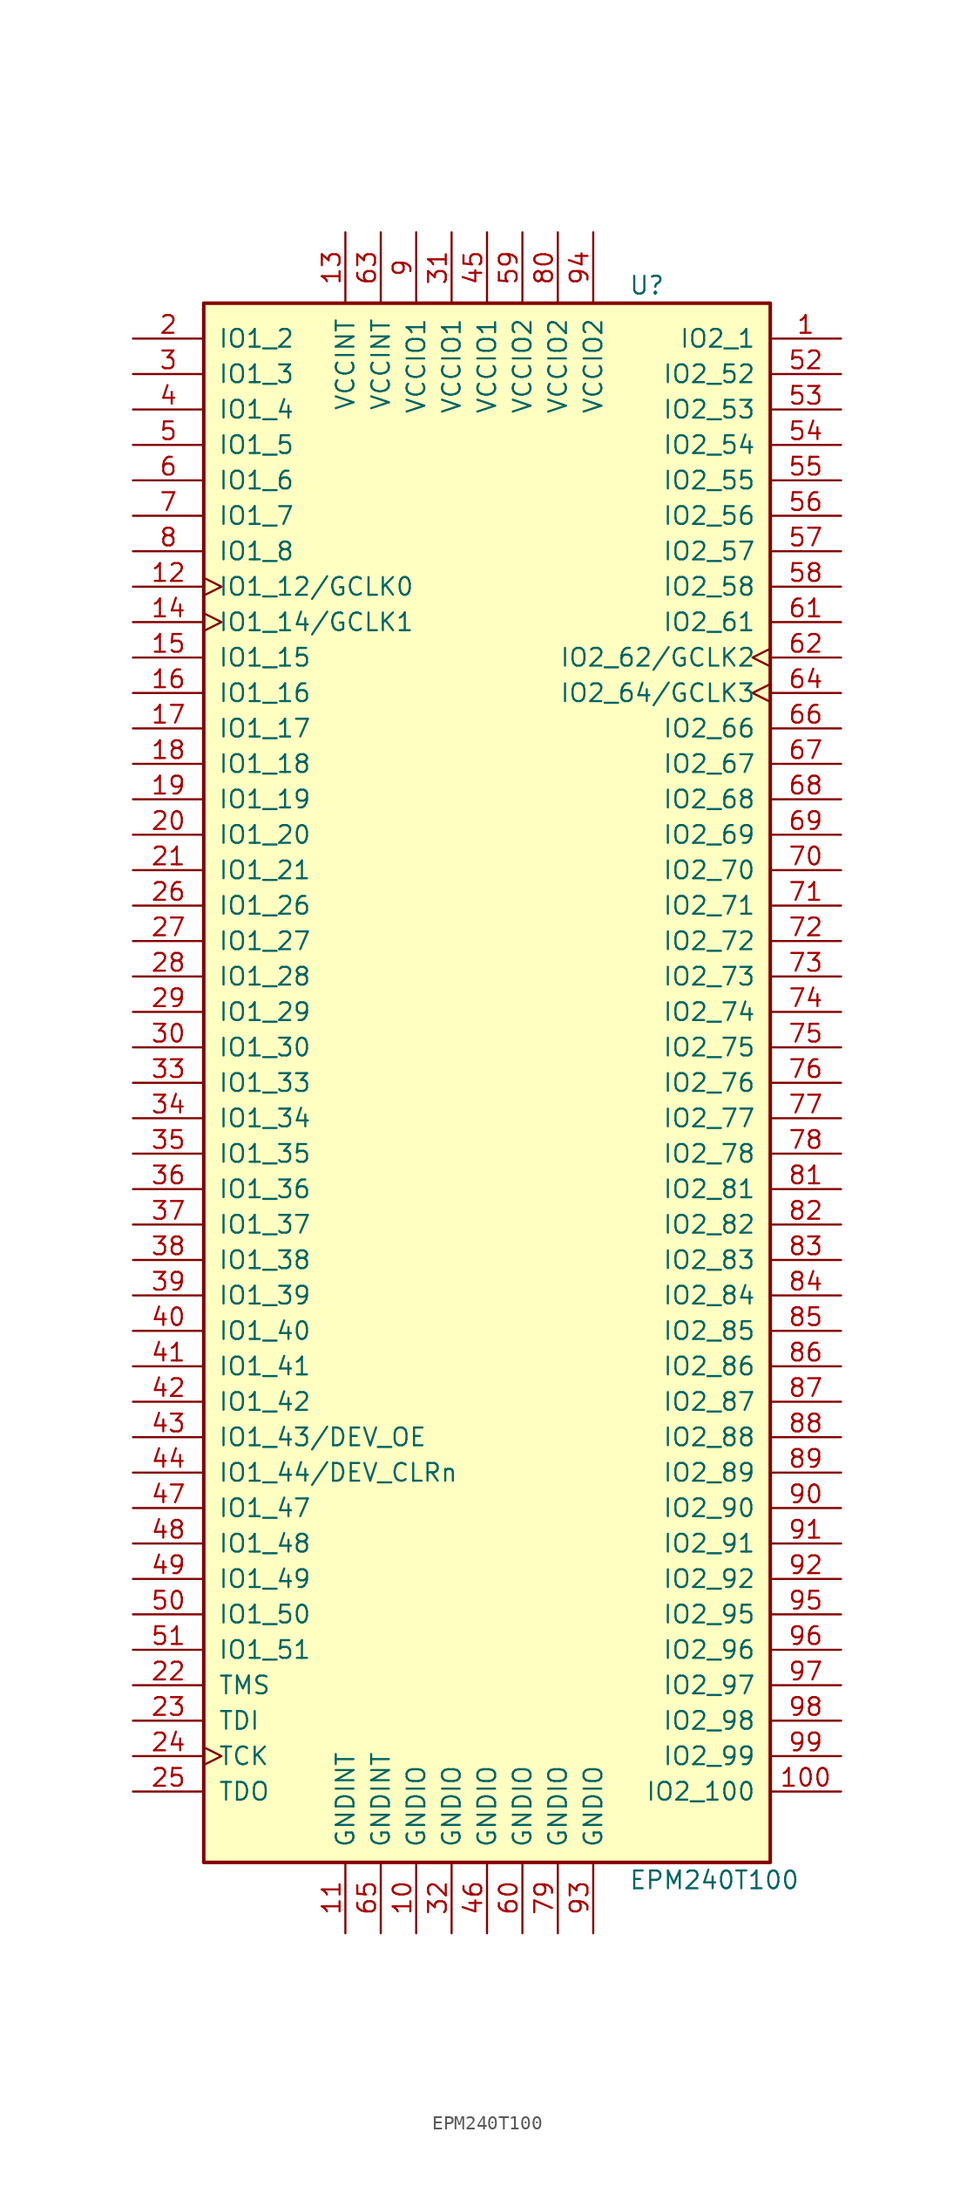
<source format=kicad_sym>
(kicad_symbol_lib
  (version 20201005)
  (generator kicad_symbol_editor)
  (symbol "CPLD_Altera:EPM240T100"
    (pin_names
      (offset 1.016))
    (property "Reference" "U"
      (at 10.16 57.15 0)
      (effects (font (size 1.27 1.27)) (justify left)))
    (property "Value" "EPM240T100"
      (at 10.16 -57.15 0)
      (effects (font (size 1.27 1.27)) (justify left)))
    (property "ki_locked" ""
      (at 0 0 0)
      (effects (font (size 1.27 1.27))))
    (symbol "EPM240T100_1_1"
      (rectangle (start -20.32 55.88) (end 20.32 -55.88) (stroke (width 0.254)) (fill (type background)))
      (pin bidirectional line (at 25.4 53.34 180) (length 5.08) (name "IO2_1" (effects (font (size 1.27 1.27)))) (number "1" (effects (font (size 1.27 1.27)))))
      (pin bidirectional line (at -25.4 53.34 0) (length 5.08) (name "IO1_2" (effects (font (size 1.27 1.27)))) (number "2" (effects (font (size 1.27 1.27)))))
      (pin bidirectional line (at -25.4 50.8 0) (length 5.08) (name "IO1_3" (effects (font (size 1.27 1.27)))) (number "3" (effects (font (size 1.27 1.27)))))
      (pin bidirectional line (at -25.4 48.26 0) (length 5.08) (name "IO1_4" (effects (font (size 1.27 1.27)))) (number "4" (effects (font (size 1.27 1.27)))))
      (pin bidirectional line (at -25.4 45.72 0) (length 5.08) (name "IO1_5" (effects (font (size 1.27 1.27)))) (number "5" (effects (font (size 1.27 1.27)))))
      (pin bidirectional line (at -25.4 43.18 0) (length 5.08) (name "IO1_6" (effects (font (size 1.27 1.27)))) (number "6" (effects (font (size 1.27 1.27)))))
      (pin bidirectional line (at -25.4 40.64 0) (length 5.08) (name "IO1_7" (effects (font (size 1.27 1.27)))) (number "7" (effects (font (size 1.27 1.27)))))
      (pin bidirectional line (at -25.4 38.1 0) (length 5.08) (name "IO1_8" (effects (font (size 1.27 1.27)))) (number "8" (effects (font (size 1.27 1.27)))))
      (pin bidirectional clock (at -25.4 35.56 0) (length 5.08) (name "IO1_12/GCLK0" (effects (font (size 1.27 1.27)))) (number "12" (effects (font (size 1.27 1.27)))))
      (pin bidirectional clock (at -25.4 33.02 0) (length 5.08) (name "IO1_14/GCLK1" (effects (font (size 1.27 1.27)))) (number "14" (effects (font (size 1.27 1.27)))))
      (pin bidirectional line (at -25.4 30.48 0) (length 5.08) (name "IO1_15" (effects (font (size 1.27 1.27)))) (number "15" (effects (font (size 1.27 1.27)))))
      (pin bidirectional line (at -25.4 27.94 0) (length 5.08) (name "IO1_16" (effects (font (size 1.27 1.27)))) (number "16" (effects (font (size 1.27 1.27)))))
      (pin bidirectional line (at -25.4 25.4 0) (length 5.08) (name "IO1_17" (effects (font (size 1.27 1.27)))) (number "17" (effects (font (size 1.27 1.27)))))
      (pin bidirectional line (at -25.4 22.86 0) (length 5.08) (name "IO1_18" (effects (font (size 1.27 1.27)))) (number "18" (effects (font (size 1.27 1.27)))))
      (pin bidirectional line (at -25.4 20.32 0) (length 5.08) (name "IO1_19" (effects (font (size 1.27 1.27)))) (number "19" (effects (font (size 1.27 1.27)))))
      (pin bidirectional line (at -25.4 17.78 0) (length 5.08) (name "IO1_20" (effects (font (size 1.27 1.27)))) (number "20" (effects (font (size 1.27 1.27)))))
      (pin bidirectional line (at -25.4 15.24 0) (length 5.08) (name "IO1_21" (effects (font (size 1.27 1.27)))) (number "21" (effects (font (size 1.27 1.27)))))
      (pin bidirectional line (at -25.4 12.7 0) (length 5.08) (name "IO1_26" (effects (font (size 1.27 1.27)))) (number "26" (effects (font (size 1.27 1.27)))))
      (pin bidirectional line (at -25.4 10.16 0) (length 5.08) (name "IO1_27" (effects (font (size 1.27 1.27)))) (number "27" (effects (font (size 1.27 1.27)))))
      (pin bidirectional line (at -25.4 7.62 0) (length 5.08) (name "IO1_28" (effects (font (size 1.27 1.27)))) (number "28" (effects (font (size 1.27 1.27)))))
      (pin bidirectional line (at -25.4 5.08 0) (length 5.08) (name "IO1_29" (effects (font (size 1.27 1.27)))) (number "29" (effects (font (size 1.27 1.27)))))
      (pin bidirectional line (at -25.4 2.54 0) (length 5.08) (name "IO1_30" (effects (font (size 1.27 1.27)))) (number "30" (effects (font (size 1.27 1.27)))))
      (pin bidirectional line (at -25.4 0 0) (length 5.08) (name "IO1_33" (effects (font (size 1.27 1.27)))) (number "33" (effects (font (size 1.27 1.27)))))
      (pin bidirectional line (at -25.4 -2.54 0) (length 5.08) (name "IO1_34" (effects (font (size 1.27 1.27)))) (number "34" (effects (font (size 1.27 1.27)))))
      (pin bidirectional line (at -25.4 -5.08 0) (length 5.08) (name "IO1_35" (effects (font (size 1.27 1.27)))) (number "35" (effects (font (size 1.27 1.27)))))
      (pin bidirectional line (at -25.4 -7.62 0) (length 5.08) (name "IO1_36" (effects (font (size 1.27 1.27)))) (number "36" (effects (font (size 1.27 1.27)))))
      (pin bidirectional line (at -25.4 -10.16 0) (length 5.08) (name "IO1_37" (effects (font (size 1.27 1.27)))) (number "37" (effects (font (size 1.27 1.27)))))
      (pin bidirectional line (at -25.4 -12.7 0) (length 5.08) (name "IO1_38" (effects (font (size 1.27 1.27)))) (number "38" (effects (font (size 1.27 1.27)))))
      (pin bidirectional line (at -25.4 -15.24 0) (length 5.08) (name "IO1_39" (effects (font (size 1.27 1.27)))) (number "39" (effects (font (size 1.27 1.27)))))
      (pin bidirectional line (at -25.4 -17.78 0) (length 5.08) (name "IO1_40" (effects (font (size 1.27 1.27)))) (number "40" (effects (font (size 1.27 1.27)))))
      (pin bidirectional line (at -25.4 -20.32 0) (length 5.08) (name "IO1_41" (effects (font (size 1.27 1.27)))) (number "41" (effects (font (size 1.27 1.27)))))
      (pin bidirectional line (at -25.4 -22.86 0) (length 5.08) (name "IO1_42" (effects (font (size 1.27 1.27)))) (number "42" (effects (font (size 1.27 1.27)))))
      (pin bidirectional line (at -25.4 -25.4 0) (length 5.08) (name "IO1_43/DEV_OE" (effects (font (size 1.27 1.27)))) (number "43" (effects (font (size 1.27 1.27)))))
      (pin bidirectional line (at -25.4 -27.94 0) (length 5.08) (name "IO1_44/DEV_CLRn" (effects (font (size 1.27 1.27)))) (number "44" (effects (font (size 1.27 1.27)))))
      (pin bidirectional line (at -25.4 -30.48 0) (length 5.08) (name "IO1_47" (effects (font (size 1.27 1.27)))) (number "47" (effects (font (size 1.27 1.27)))))
      (pin bidirectional line (at -25.4 -33.02 0) (length 5.08) (name "IO1_48" (effects (font (size 1.27 1.27)))) (number "48" (effects (font (size 1.27 1.27)))))
      (pin bidirectional line (at -25.4 -35.56 0) (length 5.08) (name "IO1_49" (effects (font (size 1.27 1.27)))) (number "49" (effects (font (size 1.27 1.27)))))
      (pin bidirectional line (at -25.4 -38.1 0) (length 5.08) (name "IO1_50" (effects (font (size 1.27 1.27)))) (number "50" (effects (font (size 1.27 1.27)))))
      (pin bidirectional line (at -25.4 -40.64 0) (length 5.08) (name "IO1_51" (effects (font (size 1.27 1.27)))) (number "51" (effects (font (size 1.27 1.27)))))
      (pin bidirectional line (at 25.4 50.8 180) (length 5.08) (name "IO2_52" (effects (font (size 1.27 1.27)))) (number "52" (effects (font (size 1.27 1.27)))))
      (pin bidirectional line (at 25.4 48.26 180) (length 5.08) (name "IO2_53" (effects (font (size 1.27 1.27)))) (number "53" (effects (font (size 1.27 1.27)))))
      (pin bidirectional line (at 25.4 45.72 180) (length 5.08) (name "IO2_54" (effects (font (size 1.27 1.27)))) (number "54" (effects (font (size 1.27 1.27)))))
      (pin bidirectional line (at 25.4 43.18 180) (length 5.08) (name "IO2_55" (effects (font (size 1.27 1.27)))) (number "55" (effects (font (size 1.27 1.27)))))
      (pin bidirectional line (at 25.4 40.64 180) (length 5.08) (name "IO2_56" (effects (font (size 1.27 1.27)))) (number "56" (effects (font (size 1.27 1.27)))))
      (pin bidirectional line (at 25.4 38.1 180) (length 5.08) (name "IO2_57" (effects (font (size 1.27 1.27)))) (number "57" (effects (font (size 1.27 1.27)))))
      (pin bidirectional line (at 25.4 35.56 180) (length 5.08) (name "IO2_58" (effects (font (size 1.27 1.27)))) (number "58" (effects (font (size 1.27 1.27)))))
      (pin bidirectional line (at 25.4 33.02 180) (length 5.08) (name "IO2_61" (effects (font (size 1.27 1.27)))) (number "61" (effects (font (size 1.27 1.27)))))
      (pin bidirectional clock (at 25.4 30.48 180) (length 5.08) (name "IO2_62/GCLK2" (effects (font (size 1.27 1.27)))) (number "62" (effects (font (size 1.27 1.27)))))
      (pin bidirectional clock (at 25.4 27.94 180) (length 5.08) (name "IO2_64/GCLK3" (effects (font (size 1.27 1.27)))) (number "64" (effects (font (size 1.27 1.27)))))
      (pin bidirectional line (at 25.4 25.4 180) (length 5.08) (name "IO2_66" (effects (font (size 1.27 1.27)))) (number "66" (effects (font (size 1.27 1.27)))))
      (pin bidirectional line (at 25.4 22.86 180) (length 5.08) (name "IO2_67" (effects (font (size 1.27 1.27)))) (number "67" (effects (font (size 1.27 1.27)))))
      (pin bidirectional line (at 25.4 20.32 180) (length 5.08) (name "IO2_68" (effects (font (size 1.27 1.27)))) (number "68" (effects (font (size 1.27 1.27)))))
      (pin bidirectional line (at 25.4 17.78 180) (length 5.08) (name "IO2_69" (effects (font (size 1.27 1.27)))) (number "69" (effects (font (size 1.27 1.27)))))
      (pin bidirectional line (at 25.4 15.24 180) (length 5.08) (name "IO2_70" (effects (font (size 1.27 1.27)))) (number "70" (effects (font (size 1.27 1.27)))))
      (pin bidirectional line (at 25.4 12.7 180) (length 5.08) (name "IO2_71" (effects (font (size 1.27 1.27)))) (number "71" (effects (font (size 1.27 1.27)))))
      (pin bidirectional line (at 25.4 10.16 180) (length 5.08) (name "IO2_72" (effects (font (size 1.27 1.27)))) (number "72" (effects (font (size 1.27 1.27)))))
      (pin bidirectional line (at 25.4 7.62 180) (length 5.08) (name "IO2_73" (effects (font (size 1.27 1.27)))) (number "73" (effects (font (size 1.27 1.27)))))
      (pin bidirectional line (at 25.4 5.08 180) (length 5.08) (name "IO2_74" (effects (font (size 1.27 1.27)))) (number "74" (effects (font (size 1.27 1.27)))))
      (pin bidirectional line (at 25.4 2.54 180) (length 5.08) (name "IO2_75" (effects (font (size 1.27 1.27)))) (number "75" (effects (font (size 1.27 1.27)))))
      (pin bidirectional line (at 25.4 0 180) (length 5.08) (name "IO2_76" (effects (font (size 1.27 1.27)))) (number "76" (effects (font (size 1.27 1.27)))))
      (pin bidirectional line (at 25.4 -2.54 180) (length 5.08) (name "IO2_77" (effects (font (size 1.27 1.27)))) (number "77" (effects (font (size 1.27 1.27)))))
      (pin bidirectional line (at 25.4 -5.08 180) (length 5.08) (name "IO2_78" (effects (font (size 1.27 1.27)))) (number "78" (effects (font (size 1.27 1.27)))))
      (pin bidirectional line (at 25.4 -7.62 180) (length 5.08) (name "IO2_81" (effects (font (size 1.27 1.27)))) (number "81" (effects (font (size 1.27 1.27)))))
      (pin bidirectional line (at 25.4 -10.16 180) (length 5.08) (name "IO2_82" (effects (font (size 1.27 1.27)))) (number "82" (effects (font (size 1.27 1.27)))))
      (pin bidirectional line (at 25.4 -12.7 180) (length 5.08) (name "IO2_83" (effects (font (size 1.27 1.27)))) (number "83" (effects (font (size 1.27 1.27)))))
      (pin bidirectional line (at 25.4 -15.24 180) (length 5.08) (name "IO2_84" (effects (font (size 1.27 1.27)))) (number "84" (effects (font (size 1.27 1.27)))))
      (pin bidirectional line (at 25.4 -17.78 180) (length 5.08) (name "IO2_85" (effects (font (size 1.27 1.27)))) (number "85" (effects (font (size 1.27 1.27)))))
      (pin bidirectional line (at 25.4 -20.32 180) (length 5.08) (name "IO2_86" (effects (font (size 1.27 1.27)))) (number "86" (effects (font (size 1.27 1.27)))))
      (pin bidirectional line (at 25.4 -22.86 180) (length 5.08) (name "IO2_87" (effects (font (size 1.27 1.27)))) (number "87" (effects (font (size 1.27 1.27)))))
      (pin bidirectional line (at 25.4 -25.4 180) (length 5.08) (name "IO2_88" (effects (font (size 1.27 1.27)))) (number "88" (effects (font (size 1.27 1.27)))))
      (pin bidirectional line (at 25.4 -27.94 180) (length 5.08) (name "IO2_89" (effects (font (size 1.27 1.27)))) (number "89" (effects (font (size 1.27 1.27)))))
      (pin bidirectional line (at 25.4 -30.48 180) (length 5.08) (name "IO2_90" (effects (font (size 1.27 1.27)))) (number "90" (effects (font (size 1.27 1.27)))))
      (pin bidirectional line (at 25.4 -33.02 180) (length 5.08) (name "IO2_91" (effects (font (size 1.27 1.27)))) (number "91" (effects (font (size 1.27 1.27)))))
      (pin bidirectional line (at 25.4 -35.56 180) (length 5.08) (name "IO2_92" (effects (font (size 1.27 1.27)))) (number "92" (effects (font (size 1.27 1.27)))))
      (pin bidirectional line (at 25.4 -38.1 180) (length 5.08) (name "IO2_95" (effects (font (size 1.27 1.27)))) (number "95" (effects (font (size 1.27 1.27)))))
      (pin bidirectional line (at 25.4 -40.64 180) (length 5.08) (name "IO2_96" (effects (font (size 1.27 1.27)))) (number "96" (effects (font (size 1.27 1.27)))))
      (pin bidirectional line (at 25.4 -43.18 180) (length 5.08) (name "IO2_97" (effects (font (size 1.27 1.27)))) (number "97" (effects (font (size 1.27 1.27)))))
      (pin bidirectional line (at 25.4 -45.72 180) (length 5.08) (name "IO2_98" (effects (font (size 1.27 1.27)))) (number "98" (effects (font (size 1.27 1.27)))))
      (pin bidirectional line (at 25.4 -48.26 180) (length 5.08) (name "IO2_99" (effects (font (size 1.27 1.27)))) (number "99" (effects (font (size 1.27 1.27)))))
      (pin bidirectional line (at 25.4 -50.8 180) (length 5.08) (name "IO2_100" (effects (font (size 1.27 1.27)))) (number "100" (effects (font (size 1.27 1.27)))))
      (pin input line (at -25.4 -43.18 0) (length 5.08) (name "TMS" (effects (font (size 1.27 1.27)))) (number "22" (effects (font (size 1.27 1.27)))))
      (pin input line (at -25.4 -45.72 0) (length 5.08) (name "TDI" (effects (font (size 1.27 1.27)))) (number "23" (effects (font (size 1.27 1.27)))))
      (pin input clock (at -25.4 -48.26 0) (length 5.08) (name "TCK" (effects (font (size 1.27 1.27)))) (number "24" (effects (font (size 1.27 1.27)))))
      (pin output line (at -25.4 -50.8 0) (length 5.08) (name "TDO" (effects (font (size 1.27 1.27)))) (number "25" (effects (font (size 1.27 1.27)))))
      (pin power_in line (at -10.16 -60.96 90) (length 5.08) (name "GNDINT" (effects (font (size 1.27 1.27)))) (number "11" (effects (font (size 1.27 1.27)))))
      (pin power_in line (at -7.62 -60.96 90) (length 5.08) (name "GNDINT" (effects (font (size 1.27 1.27)))) (number "65" (effects (font (size 1.27 1.27)))))
      (pin power_in line (at -5.08 -60.96 90) (length 5.08) (name "GNDIO" (effects (font (size 1.27 1.27)))) (number "10" (effects (font (size 1.27 1.27)))))
      (pin power_in line (at -2.54 -60.96 90) (length 5.08) (name "GNDIO" (effects (font (size 1.27 1.27)))) (number "32" (effects (font (size 1.27 1.27)))))
      (pin power_in line (at 0 -60.96 90) (length 5.08) (name "GNDIO" (effects (font (size 1.27 1.27)))) (number "46" (effects (font (size 1.27 1.27)))))
      (pin power_in line (at 2.54 -60.96 90) (length 5.08) (name "GNDIO" (effects (font (size 1.27 1.27)))) (number "60" (effects (font (size 1.27 1.27)))))
      (pin power_in line (at 5.08 -60.96 90) (length 5.08) (name "GNDIO" (effects (font (size 1.27 1.27)))) (number "79" (effects (font (size 1.27 1.27)))))
      (pin power_in line (at 7.62 -60.96 90) (length 5.08) (name "GNDIO" (effects (font (size 1.27 1.27)))) (number "93" (effects (font (size 1.27 1.27)))))
      (pin power_in line (at -10.16 60.96 270) (length 5.08) (name "VCCINT" (effects (font (size 1.27 1.27)))) (number "13" (effects (font (size 1.27 1.27)))))
      (pin power_in line (at -7.62 60.96 270) (length 5.08) (name "VCCINT" (effects (font (size 1.27 1.27)))) (number "63" (effects (font (size 1.27 1.27)))))
      (pin power_in line (at -5.08 60.96 270) (length 5.08) (name "VCCIO1" (effects (font (size 1.27 1.27)))) (number "9" (effects (font (size 1.27 1.27)))))
      (pin power_in line (at -2.54 60.96 270) (length 5.08) (name "VCCIO1" (effects (font (size 1.27 1.27)))) (number "31" (effects (font (size 1.27 1.27)))))
      (pin power_in line (at 0 60.96 270) (length 5.08) (name "VCCIO1" (effects (font (size 1.27 1.27)))) (number "45" (effects (font (size 1.27 1.27)))))
      (pin power_in line (at 2.54 60.96 270) (length 5.08) (name "VCCIO2" (effects (font (size 1.27 1.27)))) (number "59" (effects (font (size 1.27 1.27)))))
      (pin power_in line (at 5.08 60.96 270) (length 5.08) (name "VCCIO2" (effects (font (size 1.27 1.27)))) (number "80" (effects (font (size 1.27 1.27)))))
      (pin power_in line (at 7.62 60.96 270) (length 5.08) (name "VCCIO2" (effects (font (size 1.27 1.27)))) (number "94" (effects (font (size 1.27 1.27))))))))
</source>
